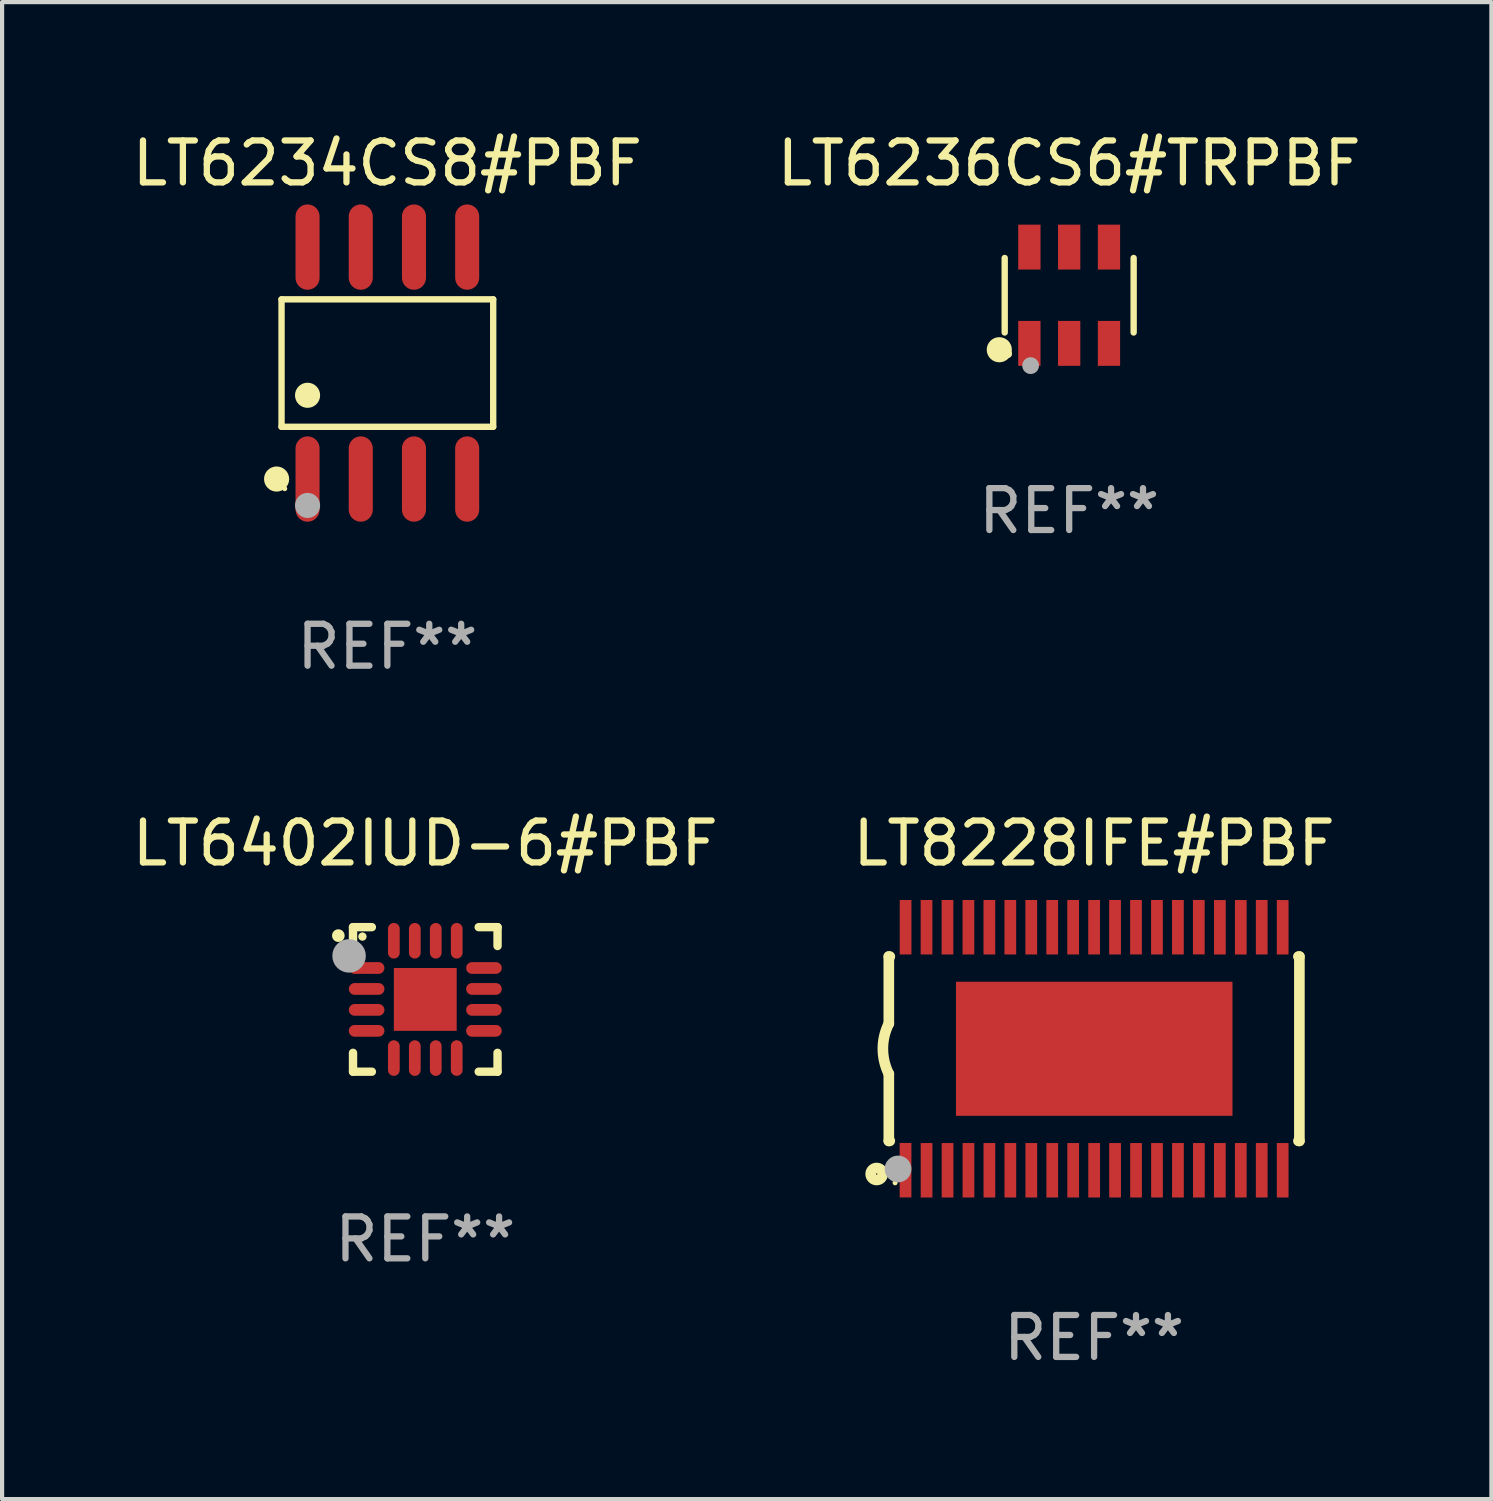
<source format=kicad_pcb>
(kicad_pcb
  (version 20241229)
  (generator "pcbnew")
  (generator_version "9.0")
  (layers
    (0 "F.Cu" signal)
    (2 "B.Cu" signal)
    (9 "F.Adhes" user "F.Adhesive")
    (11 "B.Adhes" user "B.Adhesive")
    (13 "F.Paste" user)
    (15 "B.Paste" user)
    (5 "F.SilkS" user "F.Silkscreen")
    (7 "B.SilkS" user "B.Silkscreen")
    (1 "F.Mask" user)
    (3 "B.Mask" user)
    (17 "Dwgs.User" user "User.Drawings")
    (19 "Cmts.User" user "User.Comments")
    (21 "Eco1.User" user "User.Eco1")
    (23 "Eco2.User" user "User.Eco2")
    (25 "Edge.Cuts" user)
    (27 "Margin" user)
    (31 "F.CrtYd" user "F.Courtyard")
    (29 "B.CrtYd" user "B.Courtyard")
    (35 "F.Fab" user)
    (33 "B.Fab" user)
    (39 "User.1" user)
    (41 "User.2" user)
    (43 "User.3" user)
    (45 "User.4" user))
  (footprint "LT8228IFE#PBF"
    (layer "F.Cu")
    (at 23.065 21.982)
    (property "Reference" "LT8228IFE#PBF" (at 0 -4.901 0) (layer "F.SilkS") (effects (font (size 1 1) (thickness 0.15))))
    (attr through_hole)
    (fp_line (start -4.9 -2.2) (end -4.9 -0.6) (stroke (width 0.254) (type solid)) (layer "F.SilkS"))
    (fp_line (start -4.9 -2.2) (end -4.876 -2.2) (stroke (width 0.254) (type solid)) (layer "F.SilkS"))
    (fp_line (start -4.9 2.2) (end -4.9 0.6) (stroke (width 0.254) (type solid)) (layer "F.SilkS"))
    (fp_line (start -4.9 2.2) (end -4.877 2.2) (stroke (width 0.254) (type solid)) (layer "F.SilkS"))
    (fp_line (start 4.876 -2.2) (end 4.9 -2.2) (stroke (width 0.254) (type solid)) (layer "F.SilkS"))
    (fp_line (start 4.877 2.2) (end 4.9 2.2) (stroke (width 0.254) (type solid)) (layer "F.SilkS"))
    (fp_line (start 4.9 -2.2) (end 4.9 2.2) (stroke (width 0.254) (type solid)) (layer "F.SilkS"))
    (fp_arc (start -4.900051 0.599822) (mid -5.041652 -0.000095) (end -4.9 -0.6) (stroke (width 0.254001) (type solid)) (layer "F.SilkS"))
    (fp_circle (center -5.19 2.99) (end -5.047 2.99) (stroke (width 0.254) (type solid)) (fill no) (layer "F.SilkS"))
    (fp_circle (center -4.75 3.2) (end -4.72 3.2) (stroke (width 0.06) (type solid)) (fill no) (layer "F.SilkS"))
    (fp_circle (center -4.68 2.87) (end -4.52 2.87) (stroke (width 0.32) (type solid)) (fill no) (layer "F.Fab"))
    (fp_text user "REF**" (at 0 6.901 0) (layer "F.Fab") (effects (font (size 1 1) (thickness 0.15))))
    (pad "1" smd rect (at -4.501 2.899) (size 0.28 1.3) (layers "F.Cu" "F.Mask" "F.Paste"))
    (pad "2" smd rect (at -3.999 2.901) (size 0.28 1.3) (layers "F.Cu" "F.Mask" "F.Paste"))
    (pad "3" smd rect (at -3.498 2.901) (size 0.28 1.3) (layers "F.Cu" "F.Mask" "F.Paste"))
    (pad "4" smd rect (at -2.999 2.901) (size 0.28 1.3) (layers "F.Cu" "F.Mask" "F.Paste"))
    (pad "5" smd rect (at -2.499 2.901) (size 0.28 1.3) (layers "F.Cu" "F.Mask" "F.Paste"))
    (pad "6" smd rect (at -1.999 2.901) (size 0.28 1.3) (layers "F.Cu" "F.Mask" "F.Paste"))
    (pad "7" smd rect (at -1.499 2.901) (size 0.28 1.3) (layers "F.Cu" "F.Mask" "F.Paste"))
    (pad "8" smd rect (at -0.999 2.901) (size 0.28 1.3) (layers "F.Cu" "F.Mask" "F.Paste"))
    (pad "9" smd rect (at -0.499 2.901) (size 0.28 1.3) (layers "F.Cu" "F.Mask" "F.Paste"))
    (pad "10" smd rect (at 0.001 2.901) (size 0.28 1.3) (layers "F.Cu" "F.Mask" "F.Paste"))
    (pad "11" smd rect (at 0.501 2.901) (size 0.28 1.3) (layers "F.Cu" "F.Mask" "F.Paste"))
    (pad "12" smd rect (at 1.001 2.901) (size 0.28 1.3) (layers "F.Cu" "F.Mask" "F.Paste"))
    (pad "13" smd rect (at 1.501 2.901) (size 0.28 1.3) (layers "F.Cu" "F.Mask" "F.Paste"))
    (pad "14" smd rect (at 2.001 2.901) (size 0.28 1.3) (layers "F.Cu" "F.Mask" "F.Paste"))
    (pad "15" smd rect (at 2.501 2.901) (size 0.28 1.3) (layers "F.Cu" "F.Mask" "F.Paste"))
    (pad "16" smd rect (at 3.001 2.901) (size 0.28 1.3) (layers "F.Cu" "F.Mask" "F.Paste"))
    (pad "17" smd rect (at 3.501 2.901) (size 0.28 1.3) (layers "F.Cu" "F.Mask" "F.Paste"))
    (pad "18" smd rect (at 4.001 2.901) (size 0.28 1.3) (layers "F.Cu" "F.Mask" "F.Paste"))
    (pad "19" smd rect (at 4.501 2.901) (size 0.28 1.3) (layers "F.Cu" "F.Mask" "F.Paste"))
    (pad "20" smd rect (at 4.501 -2.899) (size 0.28 1.3) (layers "F.Cu" "F.Mask" "F.Paste"))
    (pad "21" smd rect (at 4.001 -2.9) (size 0.28 1.3) (layers "F.Cu" "F.Mask" "F.Paste"))
    (pad "22" smd rect (at 3.501 -2.899) (size 0.28 1.3) (layers "F.Cu" "F.Mask" "F.Paste"))
    (pad "23" smd rect (at 3.002 -2.899) (size 0.28 1.3) (layers "F.Cu" "F.Mask" "F.Paste"))
    (pad "24" smd rect (at 2.499 -2.901) (size 0.28 1.3) (layers "F.Cu" "F.Mask" "F.Paste"))
    (pad "25" smd rect (at 2 -2.9) (size 0.28 1.3) (layers "F.Cu" "F.Mask" "F.Paste"))
    (pad "26" smd rect (at 1.5 -2.9) (size 0.28 1.3) (layers "F.Cu" "F.Mask" "F.Paste"))
    (pad "27" smd rect (at 1 -2.9) (size 0.28 1.3) (layers "F.Cu" "F.Mask" "F.Paste"))
    (pad "28" smd rect (at 0.5 -2.9) (size 0.28 1.3) (layers "F.Cu" "F.Mask" "F.Paste"))
    (pad "29" smd rect (at 0.000127 -2.9) (size 0.28 1.3) (layers "F.Cu" "F.Mask" "F.Paste"))
    (pad "30" smd rect (at -0.5 -2.9) (size 0.28 1.3) (layers "F.Cu" "F.Mask" "F.Paste"))
    (pad "31" smd rect (at -1 -2.9) (size 0.28 1.3) (layers "F.Cu" "F.Mask" "F.Paste"))
    (pad "32" smd rect (at -1.5 -2.9) (size 0.28 1.3) (layers "F.Cu" "F.Mask" "F.Paste"))
    (pad "33" smd rect (at -2 -2.9) (size 0.28 1.3) (layers "F.Cu" "F.Mask" "F.Paste"))
    (pad "34" smd rect (at -2.5 -2.9) (size 0.28 1.3) (layers "F.Cu" "F.Mask" "F.Paste"))
    (pad "35" smd rect (at -3 -2.9) (size 0.28 1.3) (layers "F.Cu" "F.Mask" "F.Paste"))
    (pad "36" smd rect (at -3.5 -2.9) (size 0.28 1.3) (layers "F.Cu" "F.Mask" "F.Paste"))
    (pad "37" smd rect (at -4 -2.9) (size 0.28 1.3) (layers "F.Cu" "F.Mask" "F.Paste"))
    (pad "38" smd rect (at -4.5 -2.9) (size 0.28 1.3) (layers "F.Cu" "F.Mask" "F.Paste"))
    (pad "39" smd rect (at 0.003 0.001) (size 6.6 3.2) (layers "F.Cu" "F.Mask" "F.Paste")))
  (footprint "LT6236CS6#TRPBF"
    (layer "F.Cu")
    (at 22.47 3.997)
    (property "Reference" "LT6236CS6#TRPBF" (at 0 -3.149 0) (layer "F.SilkS") (effects (font (size 1 1) (thickness 0.15))))
    (attr through_hole)
    (fp_line (start -1.539 0.889) (end -1.539 -0.889) (stroke (width 0.152) (type solid)) (layer "F.SilkS"))
    (fp_line (start 1.539 0.889) (end 1.539 -0.889) (stroke (width 0.152) (type solid)) (layer "F.SilkS"))
    (fp_circle (center -1.668 1.301) (end -1.518 1.301) (stroke (width 0.3) (type solid)) (fill no) (layer "F.SilkS"))
    (fp_circle (center -1.463 1.4) (end -1.413 1.4) (stroke (width 0.1) (type solid)) (fill no) (layer "F.SilkS"))
    (fp_circle (center -0.92 1.68) (end -0.82 1.68) (stroke (width 0.2) (type solid)) (fill no) (layer "F.Fab"))
    (fp_text user "REF**" (at 0 5.149 0) (layer "F.Fab") (effects (font (size 1 1) (thickness 0.15))))
    (pad "1" smd rect (at -0.95 1.149) (size 0.532 1.072) (layers "F.Cu" "F.Mask" "F.Paste"))
    (pad "2" smd rect (at 0 1.149) (size 0.532 1.072) (layers "F.Cu" "F.Mask" "F.Paste"))
    (pad "3" smd rect (at 0.95 1.149) (size 0.532 1.072) (layers "F.Cu" "F.Mask" "F.Paste"))
    (pad "4" smd rect (at 0.95 -1.149) (size 0.532 1.072) (layers "F.Cu" "F.Mask" "F.Paste"))
    (pad "5" smd rect (at 0 -1.149) (size 0.532 1.072) (layers "F.Cu" "F.Mask" "F.Paste"))
    (pad "6" smd rect (at -0.95 -1.149) (size 0.532 1.072) (layers "F.Cu" "F.Mask" "F.Paste")))
  (footprint "LT6234CS8#PBF"
    (layer "F.Cu")
    (at 6.196 5.616)
    (property "Reference" "LT6234CS8#PBF" (at 0 -4.768 0) (layer "F.SilkS") (effects (font (size 1 1) (thickness 0.15))))
    (attr through_hole)
    (fp_line (start -2.526 -1.521) (end 2.526 -1.521) (stroke (width 0.152) (type solid)) (layer "F.SilkS"))
    (fp_line (start -2.526 1.521) (end -2.526 -1.521) (stroke (width 0.152) (type solid)) (layer "F.SilkS"))
    (fp_line (start 2.526 -1.521) (end 2.526 1.521) (stroke (width 0.152) (type solid)) (layer "F.SilkS"))
    (fp_line (start 2.526 1.521) (end -2.526 1.521) (stroke (width 0.152) (type solid)) (layer "F.SilkS"))
    (fp_circle (center -2.644 2.768) (end -2.494 2.768) (stroke (width 0.3) (type solid)) (fill no) (layer "F.SilkS"))
    (fp_circle (center -2.45 2.998) (end -2.42 2.998) (stroke (width 0.06) (type solid)) (fill no) (layer "F.SilkS"))
    (fp_circle (center -1.905 0.769) (end -1.755 0.769) (stroke (width 0.3) (type solid)) (fill no) (layer "F.SilkS"))
    (fp_circle (center -1.905 3.398) (end -1.755 3.398) (stroke (width 0.3) (type solid)) (fill no) (layer "F.Fab"))
    (fp_text user "REF**" (at 0 6.768 0) (layer "F.Fab") (effects (font (size 1 1) (thickness 0.15))))
    (pad "1" smd oval (at -1.905 2.768) (size 0.574 2.036) (layers "F.Cu" "F.Mask" "F.Paste"))
    (pad "2" smd oval (at -0.635 2.768) (size 0.574 2.036) (layers "F.Cu" "F.Mask" "F.Paste"))
    (pad "3" smd oval (at 0.635 2.768) (size 0.574 2.036) (layers "F.Cu" "F.Mask" "F.Paste"))
    (pad "4" smd oval (at 1.905 2.768) (size 0.574 2.036) (layers "F.Cu" "F.Mask" "F.Paste"))
    (pad "5" smd oval (at 1.905 -2.768) (size 0.574 2.036) (layers "F.Cu" "F.Mask" "F.Paste"))
    (pad "6" smd oval (at 0.635 -2.768) (size 0.574 2.036) (layers "F.Cu" "F.Mask" "F.Paste"))
    (pad "7" smd oval (at -0.635 -2.768) (size 0.574 2.036) (layers "F.Cu" "F.Mask" "F.Paste"))
    (pad "8" smd oval (at -1.905 -2.768) (size 0.574 2.036) (layers "F.Cu" "F.Mask" "F.Paste")))
  (footprint "LT6402IUD-6#PBF"
    (layer "F.Cu")
    (at 7.101 20.805)
    (property "Reference" "LT6402IUD-6#PBF" (at 0 -3.725 0) (layer "F.SilkS") (effects (font (size 1 1) (thickness 0.15))))
    (attr through_hole)
    (fp_line (start -1.725 -1.725) (end -1.275 -1.725) (stroke (width 0.2) (type solid)) (layer "F.SilkS"))
    (fp_line (start -1.725 -1.275) (end -1.725 -1.725) (stroke (width 0.2) (type solid)) (layer "F.SilkS"))
    (fp_line (start -1.725 1.725) (end -1.725 1.275) (stroke (width 0.2) (type solid)) (layer "F.SilkS"))
    (fp_line (start -1.275 1.725) (end -1.725 1.725) (stroke (width 0.2) (type solid)) (layer "F.SilkS"))
    (fp_line (start 1.275 -1.725) (end 1.725 -1.725) (stroke (width 0.2) (type solid)) (layer "F.SilkS"))
    (fp_line (start 1.275 1.725) (end 1.725 1.725) (stroke (width 0.2) (type solid)) (layer "F.SilkS"))
    (fp_line (start 1.725 -1.725) (end 1.725 -1.275) (stroke (width 0.2) (type solid)) (layer "F.SilkS"))
    (fp_line (start 1.725 1.725) (end 1.725 1.275) (stroke (width 0.2) (type solid)) (layer "F.SilkS"))
    (fp_arc (start -2.075184 -1.521463) (mid -2.075189 -1.522733) (end -2.075184 -1.524003) (stroke (width 0.3) (type solid)) (layer "F.SilkS"))
    (fp_circle (center -1.5 -1.5) (end -1.45 -1.5) (stroke (width 0.1) (type solid)) (fill no) (layer "F.SilkS"))
    (fp_circle (center -1.819 -1.039) (end -1.619 -1.039) (stroke (width 0.4) (type solid)) (fill no) (layer "F.Fab"))
    (fp_text user "REF**" (at 0 5.725 0) (layer "F.Fab") (effects (font (size 1 1) (thickness 0.15))))
    (pad "1" smd oval (at -1.4 -0.75 90) (size 0.28 0.85) (layers "F.Cu" "F.Mask" "F.Paste"))
    (pad "2" smd oval (at -1.4 -0.25 90) (size 0.28 0.85) (layers "F.Cu" "F.Mask" "F.Paste"))
    (pad "3" smd oval (at -1.4 0.25 90) (size 0.28 0.85) (layers "F.Cu" "F.Mask" "F.Paste"))
    (pad "4" smd oval (at -1.4 0.75 90) (size 0.28 0.85) (layers "F.Cu" "F.Mask" "F.Paste"))
    (pad "5" smd oval (at -0.75 1.4) (size 0.28 0.85) (layers "F.Cu" "F.Mask" "F.Paste"))
    (pad "6" smd oval (at -0.25 1.4) (size 0.28 0.85) (layers "F.Cu" "F.Mask" "F.Paste"))
    (pad "7" smd oval (at 0.25 1.4) (size 0.28 0.85) (layers "F.Cu" "F.Mask" "F.Paste"))
    (pad "8" smd oval (at 0.75 1.4) (size 0.28 0.85) (layers "F.Cu" "F.Mask" "F.Paste"))
    (pad "9" smd oval (at 1.4 0.75 90) (size 0.28 0.85) (layers "F.Cu" "F.Mask" "F.Paste"))
    (pad "10" smd oval (at 1.4 0.25 90) (size 0.28 0.85) (layers "F.Cu" "F.Mask" "F.Paste"))
    (pad "11" smd oval (at 1.4 -0.25 90) (size 0.28 0.85) (layers "F.Cu" "F.Mask" "F.Paste"))
    (pad "12" smd oval (at 1.4 -0.75 90) (size 0.28 0.85) (layers "F.Cu" "F.Mask" "F.Paste"))
    (pad "13" smd oval (at 0.75 -1.4) (size 0.28 0.85) (layers "F.Cu" "F.Mask" "F.Paste"))
    (pad "14" smd oval (at 0.25 -1.4) (size 0.28 0.85) (layers "F.Cu" "F.Mask" "F.Paste"))
    (pad "15" smd oval (at -0.25 -1.4) (size 0.28 0.85) (layers "F.Cu" "F.Mask" "F.Paste"))
    (pad "16" smd oval (at -0.75 -1.4) (size 0.28 0.85) (layers "F.Cu" "F.Mask" "F.Paste"))
    (pad "17" smd rect (at -0.000051 -0.000051) (size 1.5 1.5) (layers "F.Cu" "F.Mask" "F.Paste")))
  (gr_rect
    (start -3 -3)
    (end 32.548 32.731)
    (stroke (width 0.1) (type default))
    (fill no)
    (layer "Edge.Cuts")))
</source>
